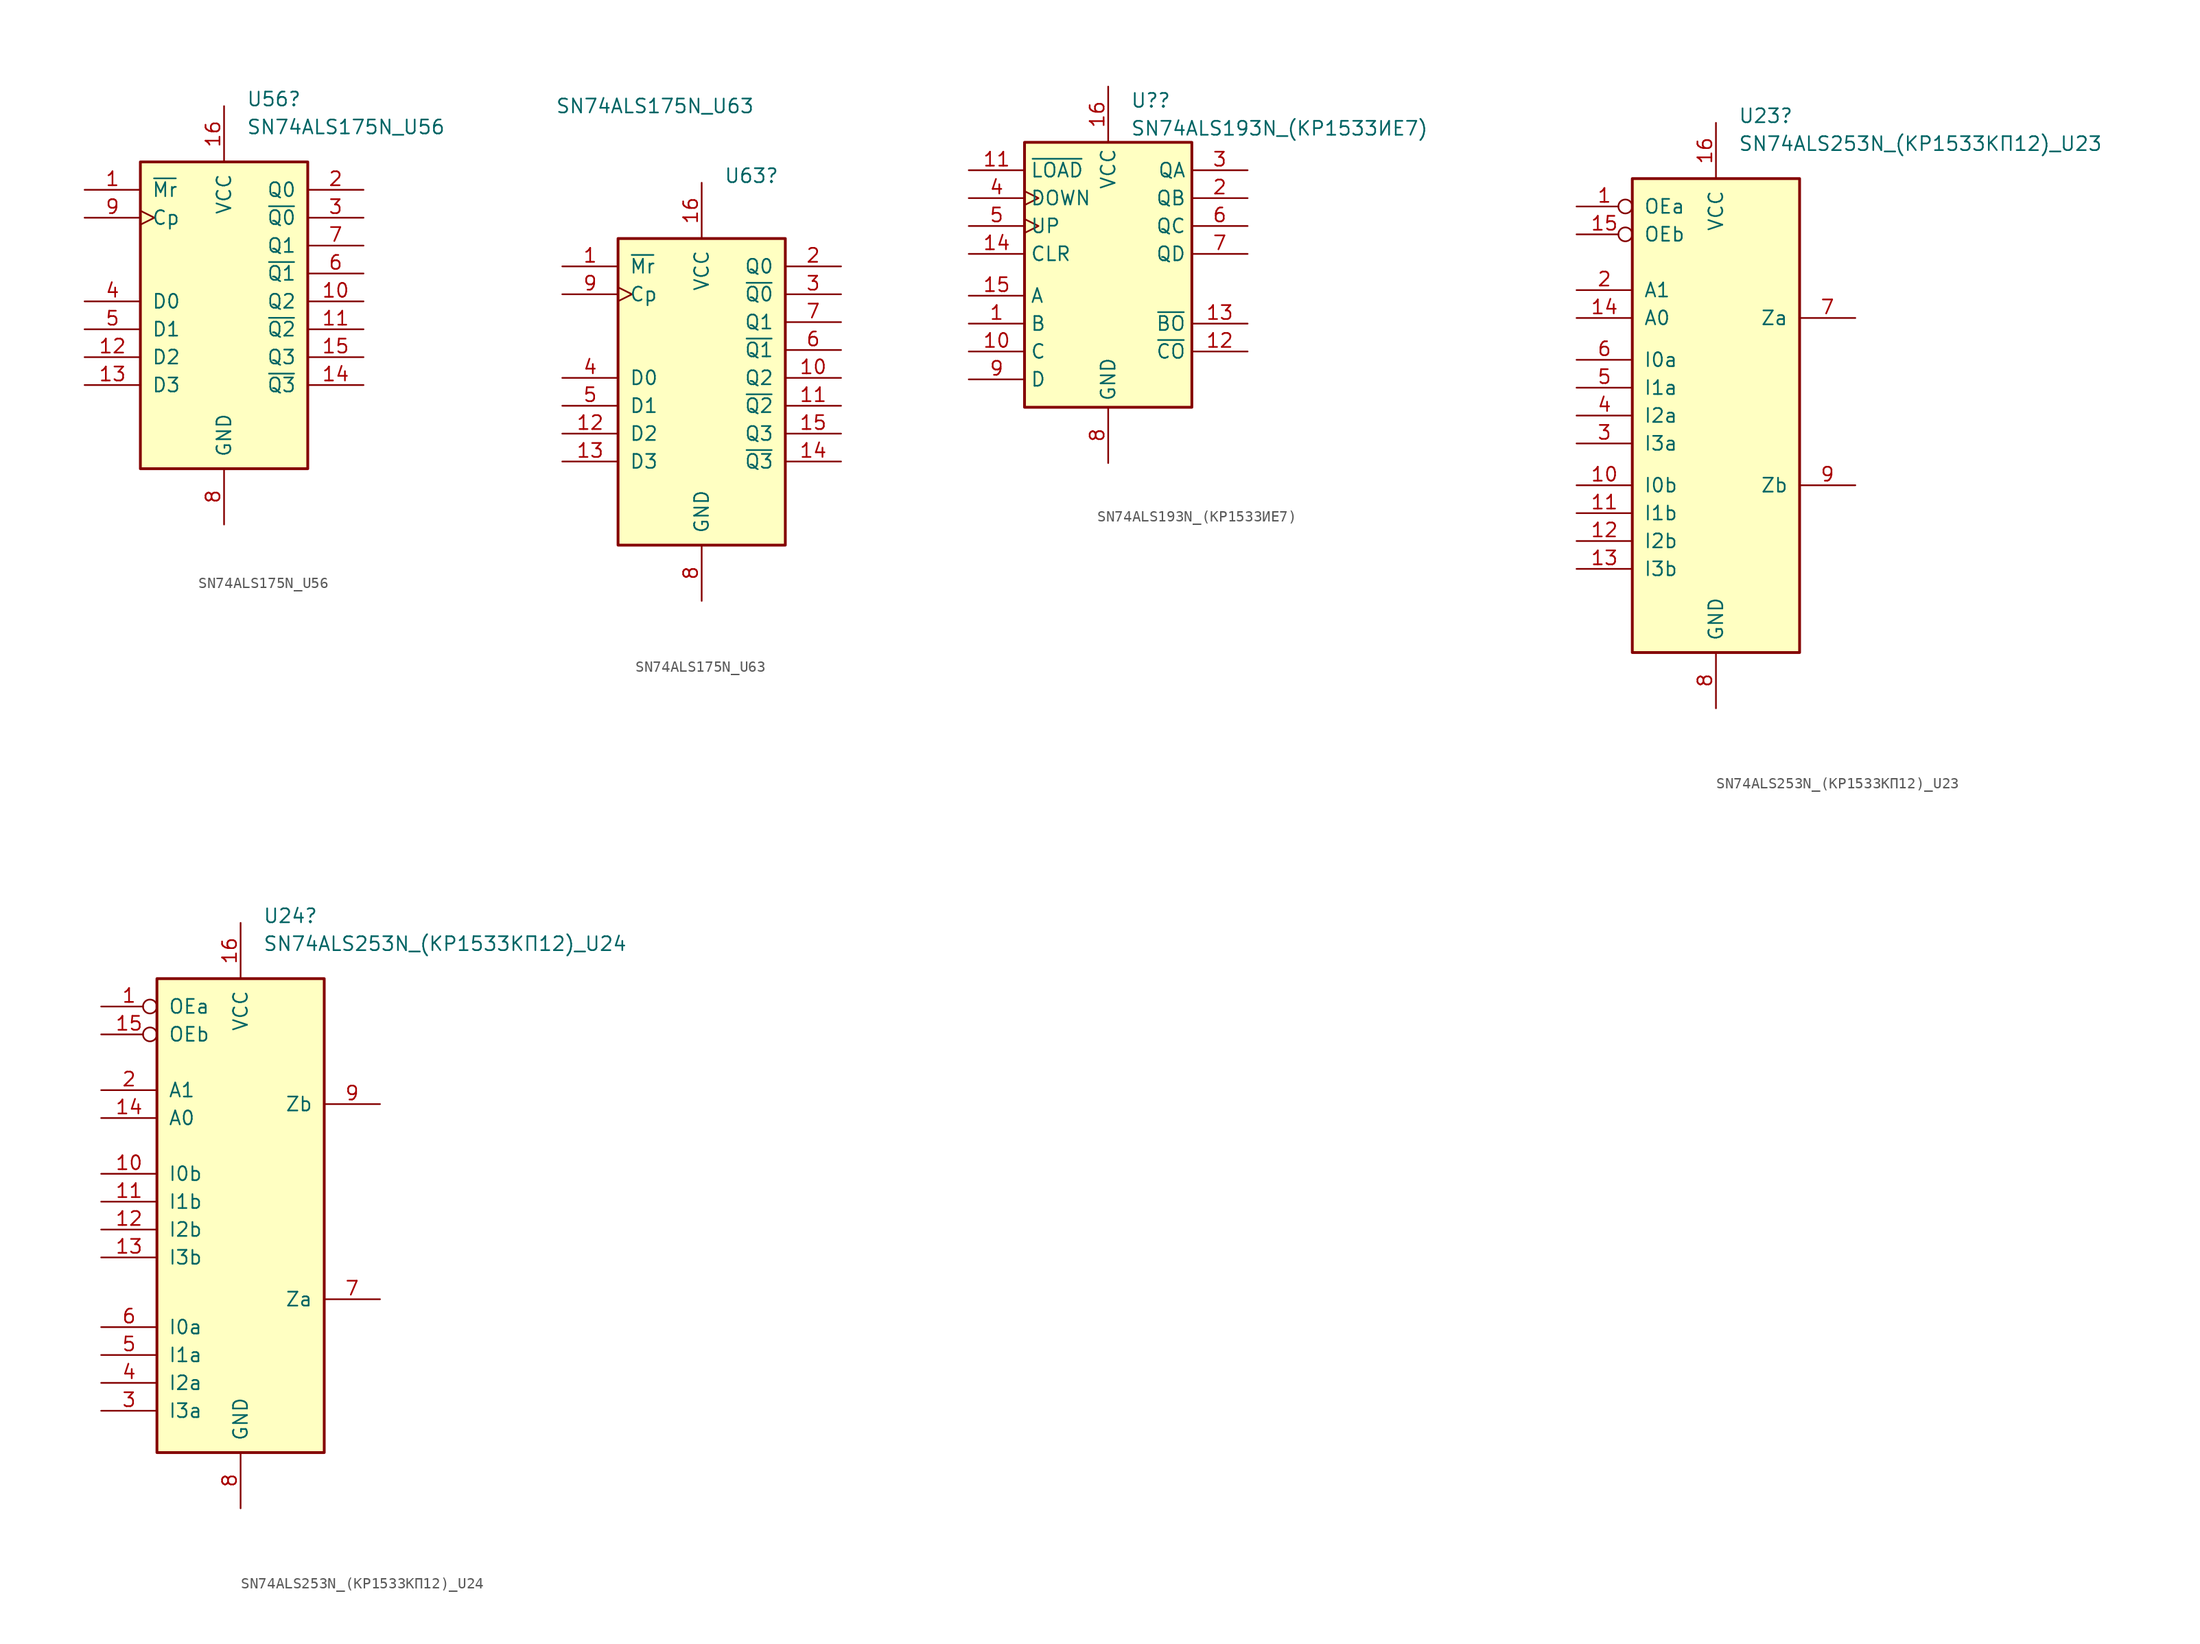
<source format=kicad_sym>
(kicad_symbol_lib
  (version 20220914)
  (generator kicad_symbol_editor)
  (symbol "SN74ALS175N_U56"
    (pin_names
      (offset 1.016))
    (property "Reference" "U56"
      (at 2.019 18.415 0)
      (effects (font (size 1.27 1.27)) (justify left)))
    (property "Value" "SN74ALS175N_U56"
      (at 2.019 15.875 0)
      (effects (font (size 1.27 1.27)) (justify left)))
    (property "ki_locked" ""
      (at 0 0 0)
      (effects (font (size 1.27 1.27))))
    (symbol "SN74ALS175N_U56_1_0"
      (pin input line (at -12.7 10.16 0) (length 5.08) (name "~{Mr}" (effects (font (size 1.27 1.27)))) (number "1" (effects (font (size 1.27 1.27)))))
      (pin output line (at 12.7 0 180) (length 5.08) (name "Q2" (effects (font (size 1.27 1.27)))) (number "10" (effects (font (size 1.27 1.27)))))
      (pin output line (at 12.7 -2.54 180) (length 5.08) (name "~{Q2}" (effects (font (size 1.27 1.27)))) (number "11" (effects (font (size 1.27 1.27)))))
      (pin input line (at -12.7 -5.08 0) (length 5.08) (name "D2" (effects (font (size 1.27 1.27)))) (number "12" (effects (font (size 1.27 1.27)))))
      (pin input line (at -12.7 -7.62 0) (length 5.08) (name "D3" (effects (font (size 1.27 1.27)))) (number "13" (effects (font (size 1.27 1.27)))))
      (pin output line (at 12.7 -7.62 180) (length 5.08) (name "~{Q3}" (effects (font (size 1.27 1.27)))) (number "14" (effects (font (size 1.27 1.27)))))
      (pin output line (at 12.7 -5.08 180) (length 5.08) (name "Q3" (effects (font (size 1.27 1.27)))) (number "15" (effects (font (size 1.27 1.27)))))
      (pin power_in line (at 0 17.78 270) (length 5.08) (name "VCC" (effects (font (size 1.27 1.27)))) (number "16" (effects (font (size 1.27 1.27)))))
      (pin output line (at 12.7 10.16 180) (length 5.08) (name "Q0" (effects (font (size 1.27 1.27)))) (number "2" (effects (font (size 1.27 1.27)))))
      (pin output line (at 12.7 7.62 180) (length 5.08) (name "~{Q0}" (effects (font (size 1.27 1.27)))) (number "3" (effects (font (size 1.27 1.27)))))
      (pin input line (at -12.7 0 0) (length 5.08) (name "D0" (effects (font (size 1.27 1.27)))) (number "4" (effects (font (size 1.27 1.27)))))
      (pin input line (at -12.7 -2.54 0) (length 5.08) (name "D1" (effects (font (size 1.27 1.27)))) (number "5" (effects (font (size 1.27 1.27)))))
      (pin output line (at 12.7 2.54 180) (length 5.08) (name "~{Q1}" (effects (font (size 1.27 1.27)))) (number "6" (effects (font (size 1.27 1.27)))))
      (pin output line (at 12.7 5.08 180) (length 5.08) (name "Q1" (effects (font (size 1.27 1.27)))) (number "7" (effects (font (size 1.27 1.27)))))
      (pin power_in line (at 0 -20.32 90) (length 5.08) (name "GND" (effects (font (size 1.27 1.27)))) (number "8" (effects (font (size 1.27 1.27)))))
      (pin input clock (at -12.7 7.62 0) (length 5.08) (name "Cp" (effects (font (size 1.27 1.27)))) (number "9" (effects (font (size 1.27 1.27))))))
    (symbol "SN74ALS175N_U56_1_1"
      (rectangle (start -7.62 12.7) (end 7.62 -15.24) (stroke (width 0.254) (type default)) (fill (type background)))))
  (symbol "SN74ALS175N_U63"
    (pin_names
      (offset 1.016))
    (property "Reference" "U63"
      (at 2.019 18.415 0)
      (effects (font (size 1.27 1.27)) (justify left)))
    (property "Value" "SN74ALS175N_U63"
      (at -13.335 24.765 0)
      (effects (font (size 1.27 1.27)) (justify left)))
    (property "ki_locked" ""
      (at 0 0 0)
      (effects (font (size 1.27 1.27))))
    (symbol "SN74ALS175N_U63_1_0"
      (pin input line (at -12.7 10.16 0) (length 5.08) (name "~{Mr}" (effects (font (size 1.27 1.27)))) (number "1" (effects (font (size 1.27 1.27)))))
      (pin output line (at 12.7 0 180) (length 5.08) (name "Q2" (effects (font (size 1.27 1.27)))) (number "10" (effects (font (size 1.27 1.27)))))
      (pin output line (at 12.7 -2.54 180) (length 5.08) (name "~{Q2}" (effects (font (size 1.27 1.27)))) (number "11" (effects (font (size 1.27 1.27)))))
      (pin input line (at -12.7 -5.08 0) (length 5.08) (name "D2" (effects (font (size 1.27 1.27)))) (number "12" (effects (font (size 1.27 1.27)))))
      (pin input line (at -12.7 -7.62 0) (length 5.08) (name "D3" (effects (font (size 1.27 1.27)))) (number "13" (effects (font (size 1.27 1.27)))))
      (pin output line (at 12.7 -7.62 180) (length 5.08) (name "~{Q3}" (effects (font (size 1.27 1.27)))) (number "14" (effects (font (size 1.27 1.27)))))
      (pin output line (at 12.7 -5.08 180) (length 5.08) (name "Q3" (effects (font (size 1.27 1.27)))) (number "15" (effects (font (size 1.27 1.27)))))
      (pin power_in line (at 0 17.78 270) (length 5.08) (name "VCC" (effects (font (size 1.27 1.27)))) (number "16" (effects (font (size 1.27 1.27)))))
      (pin output line (at 12.7 10.16 180) (length 5.08) (name "Q0" (effects (font (size 1.27 1.27)))) (number "2" (effects (font (size 1.27 1.27)))))
      (pin output line (at 12.7 7.62 180) (length 5.08) (name "~{Q0}" (effects (font (size 1.27 1.27)))) (number "3" (effects (font (size 1.27 1.27)))))
      (pin input line (at -12.7 0 0) (length 5.08) (name "D0" (effects (font (size 1.27 1.27)))) (number "4" (effects (font (size 1.27 1.27)))))
      (pin input line (at -12.7 -2.54 0) (length 5.08) (name "D1" (effects (font (size 1.27 1.27)))) (number "5" (effects (font (size 1.27 1.27)))))
      (pin output line (at 12.7 2.54 180) (length 5.08) (name "~{Q1}" (effects (font (size 1.27 1.27)))) (number "6" (effects (font (size 1.27 1.27)))))
      (pin output line (at 12.7 5.08 180) (length 5.08) (name "Q1" (effects (font (size 1.27 1.27)))) (number "7" (effects (font (size 1.27 1.27)))))
      (pin power_in line (at 0 -20.32 90) (length 5.08) (name "GND" (effects (font (size 1.27 1.27)))) (number "8" (effects (font (size 1.27 1.27)))))
      (pin input clock (at -12.7 7.62 0) (length 5.08) (name "Cp" (effects (font (size 1.27 1.27)))) (number "9" (effects (font (size 1.27 1.27))))))
    (symbol "SN74ALS175N_U63_1_1"
      (rectangle (start -7.62 12.7) (end 7.62 -15.24) (stroke (width 0.254) (type default)) (fill (type background)))))
  (symbol "SN74ALS193N_(КР1533ИЕ7)"
    (property "Reference" "U?"
      (at 2.019 16.51 0)
      (effects (font (size 1.27 1.27)) (justify left)))
    (property "Value" "SN74ALS193N_(КР1533ИЕ7)"
      (at 2.019 13.97 0)
      (effects (font (size 1.27 1.27)) (justify left)))
    (symbol "SN74ALS193N_(КР1533ИЕ7)_1_0"
      (pin input line (at -12.7 -3.81 0) (length 5.08) (name "B" (effects (font (size 1.27 1.27)))) (number "1" (effects (font (size 1.27 1.27)))))
      (pin input line (at -12.7 -6.35 0) (length 5.08) (name "C" (effects (font (size 1.27 1.27)))) (number "10" (effects (font (size 1.27 1.27)))))
      (pin input line (at -12.7 10.16 0) (length 5.08) (name "~{LOAD}" (effects (font (size 1.27 1.27)))) (number "11" (effects (font (size 1.27 1.27)))))
      (pin output line (at 12.7 -6.35 180) (length 5.08) (name "~{CO}" (effects (font (size 1.27 1.27)))) (number "12" (effects (font (size 1.27 1.27)))))
      (pin output line (at 12.7 -3.81 180) (length 5.08) (name "~{BO}" (effects (font (size 1.27 1.27)))) (number "13" (effects (font (size 1.27 1.27)))))
      (pin input line (at -12.7 2.54 0) (length 5.08) (name "CLR" (effects (font (size 1.27 1.27)))) (number "14" (effects (font (size 1.27 1.27)))))
      (pin input line (at -12.7 -1.27 0) (length 5.08) (name "A" (effects (font (size 1.27 1.27)))) (number "15" (effects (font (size 1.27 1.27)))))
      (pin power_in line (at 0 17.78 270) (length 5.08) (name "VCC" (effects (font (size 1.27 1.27)))) (number "16" (effects (font (size 1.27 1.27)))))
      (pin output line (at 12.7 7.62 180) (length 5.08) (name "QB" (effects (font (size 1.27 1.27)))) (number "2" (effects (font (size 1.27 1.27)))))
      (pin output line (at 12.7 10.16 180) (length 5.08) (name "QA" (effects (font (size 1.27 1.27)))) (number "3" (effects (font (size 1.27 1.27)))))
      (pin input clock (at -12.7 7.62 0) (length 5.08) (name "DOWN" (effects (font (size 1.27 1.27)))) (number "4" (effects (font (size 1.27 1.27)))))
      (pin input clock (at -12.7 5.08 0) (length 5.08) (name "UP" (effects (font (size 1.27 1.27)))) (number "5" (effects (font (size 1.27 1.27)))))
      (pin output line (at 12.7 5.08 180) (length 5.08) (name "QC" (effects (font (size 1.27 1.27)))) (number "6" (effects (font (size 1.27 1.27)))))
      (pin output line (at 12.7 2.54 180) (length 5.08) (name "QD" (effects (font (size 1.27 1.27)))) (number "7" (effects (font (size 1.27 1.27)))))
      (pin power_in line (at 0 -16.51 90) (length 5.08) (name "GND" (effects (font (size 1.27 1.27)))) (number "8" (effects (font (size 1.27 1.27)))))
      (pin input line (at -12.7 -8.89 0) (length 5.08) (name "D" (effects (font (size 1.27 1.27)))) (number "9" (effects (font (size 1.27 1.27))))))
    (symbol "SN74ALS193N_(КР1533ИЕ7)_1_1"
      (rectangle (start -7.62 12.7) (end 7.62 -11.43) (stroke (width 0.254) (type default)) (fill (type background)))))
  (symbol "SN74ALS253N_(КР1533КП12)_U23"
    (pin_names
      (offset 1.016))
    (property "Reference" "U23"
      (at 2.019 26.035 0)
      (effects (font (size 1.27 1.27)) (justify left)))
    (property "Value" "SN74ALS253N_(КР1533КП12)_U23"
      (at 2.019 23.495 0)
      (effects (font (size 1.27 1.27)) (justify left)))
    (property "ki_locked" ""
      (at 0 0 0)
      (effects (font (size 1.27 1.27))))
    (symbol "SN74ALS253N_(КР1533КП12)_U23_1_0"
      (pin input inverted (at -12.7 17.78 0) (length 5.08) (name "OEa" (effects (font (size 1.27 1.27)))) (number "1" (effects (font (size 1.27 1.27)))))
      (pin input line (at -12.7 -7.62 0) (length 5.08) (name "I0b" (effects (font (size 1.27 1.27)))) (number "10" (effects (font (size 1.27 1.27)))))
      (pin input line (at -12.7 -10.16 0) (length 5.08) (name "I1b" (effects (font (size 1.27 1.27)))) (number "11" (effects (font (size 1.27 1.27)))))
      (pin input line (at -12.7 -12.7 0) (length 5.08) (name "I2b" (effects (font (size 1.27 1.27)))) (number "12" (effects (font (size 1.27 1.27)))))
      (pin input line (at -12.7 -15.24 0) (length 5.08) (name "I3b" (effects (font (size 1.27 1.27)))) (number "13" (effects (font (size 1.27 1.27)))))
      (pin input line (at -12.7 7.62 0) (length 5.08) (name "A0" (effects (font (size 1.27 1.27)))) (number "14" (effects (font (size 1.27 1.27)))))
      (pin input inverted (at -12.7 15.24 0) (length 5.08) (name "OEb" (effects (font (size 1.27 1.27)))) (number "15" (effects (font (size 1.27 1.27)))))
      (pin power_in line (at 0 25.4 270) (length 5.08) (name "VCC" (effects (font (size 1.27 1.27)))) (number "16" (effects (font (size 1.27 1.27)))))
      (pin input line (at -12.7 10.16 0) (length 5.08) (name "A1" (effects (font (size 1.27 1.27)))) (number "2" (effects (font (size 1.27 1.27)))))
      (pin input line (at -12.7 -3.81 0) (length 5.08) (name "I3a" (effects (font (size 1.27 1.27)))) (number "3" (effects (font (size 1.27 1.27)))))
      (pin input line (at -12.7 -1.27 0) (length 5.08) (name "I2a" (effects (font (size 1.27 1.27)))) (number "4" (effects (font (size 1.27 1.27)))))
      (pin input line (at -12.7 1.27 0) (length 5.08) (name "I1a" (effects (font (size 1.27 1.27)))) (number "5" (effects (font (size 1.27 1.27)))))
      (pin input line (at -12.7 3.81 0) (length 5.08) (name "I0a" (effects (font (size 1.27 1.27)))) (number "6" (effects (font (size 1.27 1.27)))))
      (pin tri_state line (at 12.7 7.62 180) (length 5.08) (name "Za" (effects (font (size 1.27 1.27)))) (number "7" (effects (font (size 1.27 1.27)))))
      (pin power_in line (at 0 -27.94 90) (length 5.08) (name "GND" (effects (font (size 1.27 1.27)))) (number "8" (effects (font (size 1.27 1.27)))))
      (pin tri_state line (at 12.7 -7.62 180) (length 5.08) (name "Zb" (effects (font (size 1.27 1.27)))) (number "9" (effects (font (size 1.27 1.27))))))
    (symbol "SN74ALS253N_(КР1533КП12)_U23_1_1"
      (rectangle (start -7.62 20.32) (end 7.62 -22.86) (stroke (width 0.254) (type default)) (fill (type background)))))
  (symbol "SN74ALS253N_(КР1533КП12)_U24"
    (pin_names
      (offset 1.016))
    (property "Reference" "U24"
      (at 2.019 26.035 0)
      (effects (font (size 1.27 1.27)) (justify left)))
    (property "Value" "SN74ALS253N_(КР1533КП12)_U24"
      (at 2.019 23.495 0)
      (effects (font (size 1.27 1.27)) (justify left)))
    (property "ki_locked" ""
      (at 0 0 0)
      (effects (font (size 1.27 1.27))))
    (symbol "SN74ALS253N_(КР1533КП12)_U24_1_0"
      (pin input inverted (at -12.7 17.78 0) (length 5.08) (name "OEa" (effects (font (size 1.27 1.27)))) (number "1" (effects (font (size 1.27 1.27)))))
      (pin input line (at -12.7 2.54 0) (length 5.08) (name "I0b" (effects (font (size 1.27 1.27)))) (number "10" (effects (font (size 1.27 1.27)))))
      (pin input line (at -12.7 0 0) (length 5.08) (name "I1b" (effects (font (size 1.27 1.27)))) (number "11" (effects (font (size 1.27 1.27)))))
      (pin input line (at -12.7 -2.54 0) (length 5.08) (name "I2b" (effects (font (size 1.27 1.27)))) (number "12" (effects (font (size 1.27 1.27)))))
      (pin input line (at -12.7 -5.08 0) (length 5.08) (name "I3b" (effects (font (size 1.27 1.27)))) (number "13" (effects (font (size 1.27 1.27)))))
      (pin input line (at -12.7 7.62 0) (length 5.08) (name "A0" (effects (font (size 1.27 1.27)))) (number "14" (effects (font (size 1.27 1.27)))))
      (pin input inverted (at -12.7 15.24 0) (length 5.08) (name "OEb" (effects (font (size 1.27 1.27)))) (number "15" (effects (font (size 1.27 1.27)))))
      (pin power_in line (at 0 25.4 270) (length 5.08) (name "VCC" (effects (font (size 1.27 1.27)))) (number "16" (effects (font (size 1.27 1.27)))))
      (pin input line (at -12.7 10.16 0) (length 5.08) (name "A1" (effects (font (size 1.27 1.27)))) (number "2" (effects (font (size 1.27 1.27)))))
      (pin input line (at -12.7 -19.05 0) (length 5.08) (name "I3a" (effects (font (size 1.27 1.27)))) (number "3" (effects (font (size 1.27 1.27)))))
      (pin input line (at -12.7 -16.51 0) (length 5.08) (name "I2a" (effects (font (size 1.27 1.27)))) (number "4" (effects (font (size 1.27 1.27)))))
      (pin input line (at -12.7 -13.97 0) (length 5.08) (name "I1a" (effects (font (size 1.27 1.27)))) (number "5" (effects (font (size 1.27 1.27)))))
      (pin input line (at -12.7 -11.43 0) (length 5.08) (name "I0a" (effects (font (size 1.27 1.27)))) (number "6" (effects (font (size 1.27 1.27)))))
      (pin tri_state line (at 12.7 -8.89 180) (length 5.08) (name "Za" (effects (font (size 1.27 1.27)))) (number "7" (effects (font (size 1.27 1.27)))))
      (pin power_in line (at 0 -27.94 90) (length 5.08) (name "GND" (effects (font (size 1.27 1.27)))) (number "8" (effects (font (size 1.27 1.27)))))
      (pin tri_state line (at 12.7 8.89 180) (length 5.08) (name "Zb" (effects (font (size 1.27 1.27)))) (number "9" (effects (font (size 1.27 1.27))))))
    (symbol "SN74ALS253N_(КР1533КП12)_U24_1_1"
      (rectangle (start -7.62 20.32) (end 7.62 -22.86) (stroke (width 0.254) (type default)) (fill (type background))))))
</source>
